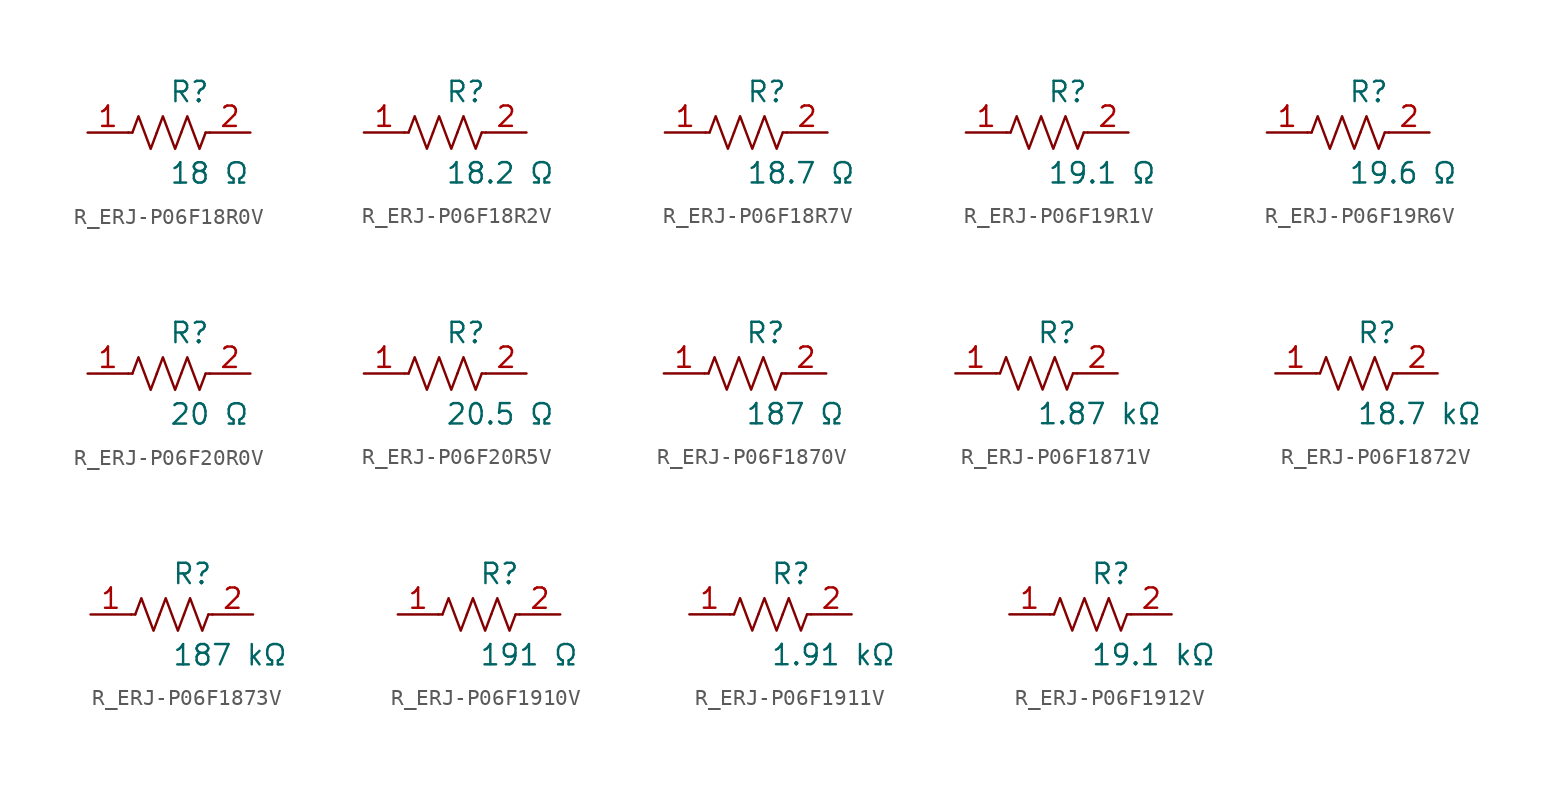
<source format=kicad_sym>
(kicad_symbol_lib
  (version 20231120)
  (generator kicad_symbol_editor)
  (generator_version 8.0)
  (symbol "R_ERJ-P06F18R0V"
    (pin_names
      (offset 0.254))
    (property "Reference" "R"
      (at 0 2.54 0)
      (effects (font (size 1.27 1.27)) (justify left)))
    (property "Value" "18 Ω"
      (at 0 -2.54 0)
      (effects (font (size 1.27 1.27)) (justify left)))
    (symbol "R_ERJ-P06F18R0V_0_1"
      (polyline (pts (xy 2.286 0) (xy 2.54 0)) (stroke (width 0) (type default)) (fill (type none)))
      (polyline (pts (xy -2.286 0) (xy -2.54 0)) (stroke (width 0) (type default)) (fill (type none)))
      (polyline (pts (xy 0.762 0) (xy 1.143 1.016) (xy 1.524 0) (xy 1.905 -1.016) (xy 2.286 0)) (stroke (width 0) (type default)) (fill (type none)))
      (polyline (pts (xy -0.762 0) (xy -0.381 1.016) (xy 0 0) (xy 0.381 -1.016) (xy 0.762 0)) (stroke (width 0) (type default)) (fill (type none)))
      (polyline (pts (xy -2.286 0) (xy -1.905 1.016) (xy -1.524 0) (xy -1.143 -1.016) (xy -0.762 0)) (stroke (width 0) (type default)) (fill (type none))))
    (pin passive line
      (at -5.08 0 0)
      (length 2.54)
      (name "" (effects (font (size 1.27 1.27))))
      (number "1" (effects (font (size 1.27 1.27)))))
    (pin passive line
      (at 5.08 0 180)
      (length 2.54)
      (name "" (effects (font (size 1.27 1.27))))
      (number "2" (effects (font (size 1.27 1.27))))))
  (symbol "R_ERJ-P06F18R2V"
    (pin_names
      (offset 0.254))
    (property "Reference" "R"
      (at 0 2.54 0)
      (effects (font (size 1.27 1.27)) (justify left)))
    (property "Value" "18.2 Ω"
      (at 0 -2.54 0)
      (effects (font (size 1.27 1.27)) (justify left)))
    (symbol "R_ERJ-P06F18R2V_0_1"
      (polyline (pts (xy 2.286 0) (xy 2.54 0)) (stroke (width 0) (type default)) (fill (type none)))
      (polyline (pts (xy -2.286 0) (xy -2.54 0)) (stroke (width 0) (type default)) (fill (type none)))
      (polyline (pts (xy 0.762 0) (xy 1.143 1.016) (xy 1.524 0) (xy 1.905 -1.016) (xy 2.286 0)) (stroke (width 0) (type default)) (fill (type none)))
      (polyline (pts (xy -0.762 0) (xy -0.381 1.016) (xy 0 0) (xy 0.381 -1.016) (xy 0.762 0)) (stroke (width 0) (type default)) (fill (type none)))
      (polyline (pts (xy -2.286 0) (xy -1.905 1.016) (xy -1.524 0) (xy -1.143 -1.016) (xy -0.762 0)) (stroke (width 0) (type default)) (fill (type none))))
    (pin passive line
      (at -5.08 0 0)
      (length 2.54)
      (name "" (effects (font (size 1.27 1.27))))
      (number "1" (effects (font (size 1.27 1.27)))))
    (pin passive line
      (at 5.08 0 180)
      (length 2.54)
      (name "" (effects (font (size 1.27 1.27))))
      (number "2" (effects (font (size 1.27 1.27))))))
  (symbol "R_ERJ-P06F18R7V"
    (pin_names
      (offset 0.254))
    (property "Reference" "R"
      (at 0 2.54 0)
      (effects (font (size 1.27 1.27)) (justify left)))
    (property "Value" "18.7 Ω"
      (at 0 -2.54 0)
      (effects (font (size 1.27 1.27)) (justify left)))
    (symbol "R_ERJ-P06F18R7V_0_1"
      (polyline (pts (xy 2.286 0) (xy 2.54 0)) (stroke (width 0) (type default)) (fill (type none)))
      (polyline (pts (xy -2.286 0) (xy -2.54 0)) (stroke (width 0) (type default)) (fill (type none)))
      (polyline (pts (xy 0.762 0) (xy 1.143 1.016) (xy 1.524 0) (xy 1.905 -1.016) (xy 2.286 0)) (stroke (width 0) (type default)) (fill (type none)))
      (polyline (pts (xy -0.762 0) (xy -0.381 1.016) (xy 0 0) (xy 0.381 -1.016) (xy 0.762 0)) (stroke (width 0) (type default)) (fill (type none)))
      (polyline (pts (xy -2.286 0) (xy -1.905 1.016) (xy -1.524 0) (xy -1.143 -1.016) (xy -0.762 0)) (stroke (width 0) (type default)) (fill (type none))))
    (pin passive line
      (at -5.08 0 0)
      (length 2.54)
      (name "" (effects (font (size 1.27 1.27))))
      (number "1" (effects (font (size 1.27 1.27)))))
    (pin passive line
      (at 5.08 0 180)
      (length 2.54)
      (name "" (effects (font (size 1.27 1.27))))
      (number "2" (effects (font (size 1.27 1.27))))))
  (symbol "R_ERJ-P06F19R1V"
    (pin_names
      (offset 0.254))
    (property "Reference" "R"
      (at 0 2.54 0)
      (effects (font (size 1.27 1.27)) (justify left)))
    (property "Value" "19.1 Ω"
      (at 0 -2.54 0)
      (effects (font (size 1.27 1.27)) (justify left)))
    (symbol "R_ERJ-P06F19R1V_0_1"
      (polyline (pts (xy 2.286 0) (xy 2.54 0)) (stroke (width 0) (type default)) (fill (type none)))
      (polyline (pts (xy -2.286 0) (xy -2.54 0)) (stroke (width 0) (type default)) (fill (type none)))
      (polyline (pts (xy 0.762 0) (xy 1.143 1.016) (xy 1.524 0) (xy 1.905 -1.016) (xy 2.286 0)) (stroke (width 0) (type default)) (fill (type none)))
      (polyline (pts (xy -0.762 0) (xy -0.381 1.016) (xy 0 0) (xy 0.381 -1.016) (xy 0.762 0)) (stroke (width 0) (type default)) (fill (type none)))
      (polyline (pts (xy -2.286 0) (xy -1.905 1.016) (xy -1.524 0) (xy -1.143 -1.016) (xy -0.762 0)) (stroke (width 0) (type default)) (fill (type none))))
    (pin passive line
      (at -5.08 0 0)
      (length 2.54)
      (name "" (effects (font (size 1.27 1.27))))
      (number "1" (effects (font (size 1.27 1.27)))))
    (pin passive line
      (at 5.08 0 180)
      (length 2.54)
      (name "" (effects (font (size 1.27 1.27))))
      (number "2" (effects (font (size 1.27 1.27))))))
  (symbol "R_ERJ-P06F19R6V"
    (pin_names
      (offset 0.254))
    (property "Reference" "R"
      (at 0 2.54 0)
      (effects (font (size 1.27 1.27)) (justify left)))
    (property "Value" "19.6 Ω"
      (at 0 -2.54 0)
      (effects (font (size 1.27 1.27)) (justify left)))
    (symbol "R_ERJ-P06F19R6V_0_1"
      (polyline (pts (xy 2.286 0) (xy 2.54 0)) (stroke (width 0) (type default)) (fill (type none)))
      (polyline (pts (xy -2.286 0) (xy -2.54 0)) (stroke (width 0) (type default)) (fill (type none)))
      (polyline (pts (xy 0.762 0) (xy 1.143 1.016) (xy 1.524 0) (xy 1.905 -1.016) (xy 2.286 0)) (stroke (width 0) (type default)) (fill (type none)))
      (polyline (pts (xy -0.762 0) (xy -0.381 1.016) (xy 0 0) (xy 0.381 -1.016) (xy 0.762 0)) (stroke (width 0) (type default)) (fill (type none)))
      (polyline (pts (xy -2.286 0) (xy -1.905 1.016) (xy -1.524 0) (xy -1.143 -1.016) (xy -0.762 0)) (stroke (width 0) (type default)) (fill (type none))))
    (pin passive line
      (at -5.08 0 0)
      (length 2.54)
      (name "" (effects (font (size 1.27 1.27))))
      (number "1" (effects (font (size 1.27 1.27)))))
    (pin passive line
      (at 5.08 0 180)
      (length 2.54)
      (name "" (effects (font (size 1.27 1.27))))
      (number "2" (effects (font (size 1.27 1.27))))))
  (symbol "R_ERJ-P06F20R0V"
    (pin_names
      (offset 0.254))
    (property "Reference" "R"
      (at 0 2.54 0)
      (effects (font (size 1.27 1.27)) (justify left)))
    (property "Value" "20 Ω"
      (at 0 -2.54 0)
      (effects (font (size 1.27 1.27)) (justify left)))
    (symbol "R_ERJ-P06F20R0V_0_1"
      (polyline (pts (xy 2.286 0) (xy 2.54 0)) (stroke (width 0) (type default)) (fill (type none)))
      (polyline (pts (xy -2.286 0) (xy -2.54 0)) (stroke (width 0) (type default)) (fill (type none)))
      (polyline (pts (xy 0.762 0) (xy 1.143 1.016) (xy 1.524 0) (xy 1.905 -1.016) (xy 2.286 0)) (stroke (width 0) (type default)) (fill (type none)))
      (polyline (pts (xy -0.762 0) (xy -0.381 1.016) (xy 0 0) (xy 0.381 -1.016) (xy 0.762 0)) (stroke (width 0) (type default)) (fill (type none)))
      (polyline (pts (xy -2.286 0) (xy -1.905 1.016) (xy -1.524 0) (xy -1.143 -1.016) (xy -0.762 0)) (stroke (width 0) (type default)) (fill (type none))))
    (pin passive line
      (at -5.08 0 0)
      (length 2.54)
      (name "" (effects (font (size 1.27 1.27))))
      (number "1" (effects (font (size 1.27 1.27)))))
    (pin passive line
      (at 5.08 0 180)
      (length 2.54)
      (name "" (effects (font (size 1.27 1.27))))
      (number "2" (effects (font (size 1.27 1.27))))))
  (symbol "R_ERJ-P06F20R5V"
    (pin_names
      (offset 0.254))
    (property "Reference" "R"
      (at 0 2.54 0)
      (effects (font (size 1.27 1.27)) (justify left)))
    (property "Value" "20.5 Ω"
      (at 0 -2.54 0)
      (effects (font (size 1.27 1.27)) (justify left)))
    (symbol "R_ERJ-P06F20R5V_0_1"
      (polyline (pts (xy 2.286 0) (xy 2.54 0)) (stroke (width 0) (type default)) (fill (type none)))
      (polyline (pts (xy -2.286 0) (xy -2.54 0)) (stroke (width 0) (type default)) (fill (type none)))
      (polyline (pts (xy 0.762 0) (xy 1.143 1.016) (xy 1.524 0) (xy 1.905 -1.016) (xy 2.286 0)) (stroke (width 0) (type default)) (fill (type none)))
      (polyline (pts (xy -0.762 0) (xy -0.381 1.016) (xy 0 0) (xy 0.381 -1.016) (xy 0.762 0)) (stroke (width 0) (type default)) (fill (type none)))
      (polyline (pts (xy -2.286 0) (xy -1.905 1.016) (xy -1.524 0) (xy -1.143 -1.016) (xy -0.762 0)) (stroke (width 0) (type default)) (fill (type none))))
    (pin passive line
      (at -5.08 0 0)
      (length 2.54)
      (name "" (effects (font (size 1.27 1.27))))
      (number "1" (effects (font (size 1.27 1.27)))))
    (pin passive line
      (at 5.08 0 180)
      (length 2.54)
      (name "" (effects (font (size 1.27 1.27))))
      (number "2" (effects (font (size 1.27 1.27))))))
  (symbol "R_ERJ-P06F1870V"
    (pin_names
      (offset 0.254))
    (property "Reference" "R"
      (at 0 2.54 0)
      (effects (font (size 1.27 1.27)) (justify left)))
    (property "Value" "187 Ω"
      (at 0 -2.54 0)
      (effects (font (size 1.27 1.27)) (justify left)))
    (symbol "R_ERJ-P06F1870V_0_1"
      (polyline (pts (xy 2.286 0) (xy 2.54 0)) (stroke (width 0) (type default)) (fill (type none)))
      (polyline (pts (xy -2.286 0) (xy -2.54 0)) (stroke (width 0) (type default)) (fill (type none)))
      (polyline (pts (xy 0.762 0) (xy 1.143 1.016) (xy 1.524 0) (xy 1.905 -1.016) (xy 2.286 0)) (stroke (width 0) (type default)) (fill (type none)))
      (polyline (pts (xy -0.762 0) (xy -0.381 1.016) (xy 0 0) (xy 0.381 -1.016) (xy 0.762 0)) (stroke (width 0) (type default)) (fill (type none)))
      (polyline (pts (xy -2.286 0) (xy -1.905 1.016) (xy -1.524 0) (xy -1.143 -1.016) (xy -0.762 0)) (stroke (width 0) (type default)) (fill (type none))))
    (pin passive line
      (at -5.08 0 0)
      (length 2.54)
      (name "" (effects (font (size 1.27 1.27))))
      (number "1" (effects (font (size 1.27 1.27)))))
    (pin passive line
      (at 5.08 0 180)
      (length 2.54)
      (name "" (effects (font (size 1.27 1.27))))
      (number "2" (effects (font (size 1.27 1.27))))))
  (symbol "R_ERJ-P06F1871V"
    (pin_names
      (offset 0.254))
    (property "Reference" "R"
      (at 0 2.54 0)
      (effects (font (size 1.27 1.27)) (justify left)))
    (property "Value" "1.87 kΩ"
      (at 0 -2.54 0)
      (effects (font (size 1.27 1.27)) (justify left)))
    (symbol "R_ERJ-P06F1871V_0_1"
      (polyline (pts (xy 2.286 0) (xy 2.54 0)) (stroke (width 0) (type default)) (fill (type none)))
      (polyline (pts (xy -2.286 0) (xy -2.54 0)) (stroke (width 0) (type default)) (fill (type none)))
      (polyline (pts (xy 0.762 0) (xy 1.143 1.016) (xy 1.524 0) (xy 1.905 -1.016) (xy 2.286 0)) (stroke (width 0) (type default)) (fill (type none)))
      (polyline (pts (xy -0.762 0) (xy -0.381 1.016) (xy 0 0) (xy 0.381 -1.016) (xy 0.762 0)) (stroke (width 0) (type default)) (fill (type none)))
      (polyline (pts (xy -2.286 0) (xy -1.905 1.016) (xy -1.524 0) (xy -1.143 -1.016) (xy -0.762 0)) (stroke (width 0) (type default)) (fill (type none))))
    (pin passive line
      (at -5.08 0 0)
      (length 2.54)
      (name "" (effects (font (size 1.27 1.27))))
      (number "1" (effects (font (size 1.27 1.27)))))
    (pin passive line
      (at 5.08 0 180)
      (length 2.54)
      (name "" (effects (font (size 1.27 1.27))))
      (number "2" (effects (font (size 1.27 1.27))))))
  (symbol "R_ERJ-P06F1872V"
    (pin_names
      (offset 0.254))
    (property "Reference" "R"
      (at 0 2.54 0)
      (effects (font (size 1.27 1.27)) (justify left)))
    (property "Value" "18.7 kΩ"
      (at 0 -2.54 0)
      (effects (font (size 1.27 1.27)) (justify left)))
    (symbol "R_ERJ-P06F1872V_0_1"
      (polyline (pts (xy 2.286 0) (xy 2.54 0)) (stroke (width 0) (type default)) (fill (type none)))
      (polyline (pts (xy -2.286 0) (xy -2.54 0)) (stroke (width 0) (type default)) (fill (type none)))
      (polyline (pts (xy 0.762 0) (xy 1.143 1.016) (xy 1.524 0) (xy 1.905 -1.016) (xy 2.286 0)) (stroke (width 0) (type default)) (fill (type none)))
      (polyline (pts (xy -0.762 0) (xy -0.381 1.016) (xy 0 0) (xy 0.381 -1.016) (xy 0.762 0)) (stroke (width 0) (type default)) (fill (type none)))
      (polyline (pts (xy -2.286 0) (xy -1.905 1.016) (xy -1.524 0) (xy -1.143 -1.016) (xy -0.762 0)) (stroke (width 0) (type default)) (fill (type none))))
    (pin passive line
      (at -5.08 0 0)
      (length 2.54)
      (name "" (effects (font (size 1.27 1.27))))
      (number "1" (effects (font (size 1.27 1.27)))))
    (pin passive line
      (at 5.08 0 180)
      (length 2.54)
      (name "" (effects (font (size 1.27 1.27))))
      (number "2" (effects (font (size 1.27 1.27))))))
  (symbol "R_ERJ-P06F1873V"
    (pin_names
      (offset 0.254))
    (property "Reference" "R"
      (at 0 2.54 0)
      (effects (font (size 1.27 1.27)) (justify left)))
    (property "Value" "187 kΩ"
      (at 0 -2.54 0)
      (effects (font (size 1.27 1.27)) (justify left)))
    (symbol "R_ERJ-P06F1873V_0_1"
      (polyline (pts (xy 2.286 0) (xy 2.54 0)) (stroke (width 0) (type default)) (fill (type none)))
      (polyline (pts (xy -2.286 0) (xy -2.54 0)) (stroke (width 0) (type default)) (fill (type none)))
      (polyline (pts (xy 0.762 0) (xy 1.143 1.016) (xy 1.524 0) (xy 1.905 -1.016) (xy 2.286 0)) (stroke (width 0) (type default)) (fill (type none)))
      (polyline (pts (xy -0.762 0) (xy -0.381 1.016) (xy 0 0) (xy 0.381 -1.016) (xy 0.762 0)) (stroke (width 0) (type default)) (fill (type none)))
      (polyline (pts (xy -2.286 0) (xy -1.905 1.016) (xy -1.524 0) (xy -1.143 -1.016) (xy -0.762 0)) (stroke (width 0) (type default)) (fill (type none))))
    (pin passive line
      (at -5.08 0 0)
      (length 2.54)
      (name "" (effects (font (size 1.27 1.27))))
      (number "1" (effects (font (size 1.27 1.27)))))
    (pin passive line
      (at 5.08 0 180)
      (length 2.54)
      (name "" (effects (font (size 1.27 1.27))))
      (number "2" (effects (font (size 1.27 1.27))))))
  (symbol "R_ERJ-P06F1910V"
    (pin_names
      (offset 0.254))
    (property "Reference" "R"
      (at 0 2.54 0)
      (effects (font (size 1.27 1.27)) (justify left)))
    (property "Value" "191 Ω"
      (at 0 -2.54 0)
      (effects (font (size 1.27 1.27)) (justify left)))
    (symbol "R_ERJ-P06F1910V_0_1"
      (polyline (pts (xy 2.286 0) (xy 2.54 0)) (stroke (width 0) (type default)) (fill (type none)))
      (polyline (pts (xy -2.286 0) (xy -2.54 0)) (stroke (width 0) (type default)) (fill (type none)))
      (polyline (pts (xy 0.762 0) (xy 1.143 1.016) (xy 1.524 0) (xy 1.905 -1.016) (xy 2.286 0)) (stroke (width 0) (type default)) (fill (type none)))
      (polyline (pts (xy -0.762 0) (xy -0.381 1.016) (xy 0 0) (xy 0.381 -1.016) (xy 0.762 0)) (stroke (width 0) (type default)) (fill (type none)))
      (polyline (pts (xy -2.286 0) (xy -1.905 1.016) (xy -1.524 0) (xy -1.143 -1.016) (xy -0.762 0)) (stroke (width 0) (type default)) (fill (type none))))
    (pin passive line
      (at -5.08 0 0)
      (length 2.54)
      (name "" (effects (font (size 1.27 1.27))))
      (number "1" (effects (font (size 1.27 1.27)))))
    (pin passive line
      (at 5.08 0 180)
      (length 2.54)
      (name "" (effects (font (size 1.27 1.27))))
      (number "2" (effects (font (size 1.27 1.27))))))
  (symbol "R_ERJ-P06F1911V"
    (pin_names
      (offset 0.254))
    (property "Reference" "R"
      (at 0 2.54 0)
      (effects (font (size 1.27 1.27)) (justify left)))
    (property "Value" "1.91 kΩ"
      (at 0 -2.54 0)
      (effects (font (size 1.27 1.27)) (justify left)))
    (symbol "R_ERJ-P06F1911V_0_1"
      (polyline (pts (xy 2.286 0) (xy 2.54 0)) (stroke (width 0) (type default)) (fill (type none)))
      (polyline (pts (xy -2.286 0) (xy -2.54 0)) (stroke (width 0) (type default)) (fill (type none)))
      (polyline (pts (xy 0.762 0) (xy 1.143 1.016) (xy 1.524 0) (xy 1.905 -1.016) (xy 2.286 0)) (stroke (width 0) (type default)) (fill (type none)))
      (polyline (pts (xy -0.762 0) (xy -0.381 1.016) (xy 0 0) (xy 0.381 -1.016) (xy 0.762 0)) (stroke (width 0) (type default)) (fill (type none)))
      (polyline (pts (xy -2.286 0) (xy -1.905 1.016) (xy -1.524 0) (xy -1.143 -1.016) (xy -0.762 0)) (stroke (width 0) (type default)) (fill (type none))))
    (pin passive line
      (at -5.08 0 0)
      (length 2.54)
      (name "" (effects (font (size 1.27 1.27))))
      (number "1" (effects (font (size 1.27 1.27)))))
    (pin passive line
      (at 5.08 0 180)
      (length 2.54)
      (name "" (effects (font (size 1.27 1.27))))
      (number "2" (effects (font (size 1.27 1.27))))))
  (symbol "R_ERJ-P06F1912V"
    (pin_names
      (offset 0.254))
    (property "Reference" "R"
      (at 0 2.54 0)
      (effects (font (size 1.27 1.27)) (justify left)))
    (property "Value" "19.1 kΩ"
      (at 0 -2.54 0)
      (effects (font (size 1.27 1.27)) (justify left)))
    (symbol "R_ERJ-P06F1912V_0_1"
      (polyline (pts (xy 2.286 0) (xy 2.54 0)) (stroke (width 0) (type default)) (fill (type none)))
      (polyline (pts (xy -2.286 0) (xy -2.54 0)) (stroke (width 0) (type default)) (fill (type none)))
      (polyline (pts (xy 0.762 0) (xy 1.143 1.016) (xy 1.524 0) (xy 1.905 -1.016) (xy 2.286 0)) (stroke (width 0) (type default)) (fill (type none)))
      (polyline (pts (xy -0.762 0) (xy -0.381 1.016) (xy 0 0) (xy 0.381 -1.016) (xy 0.762 0)) (stroke (width 0) (type default)) (fill (type none)))
      (polyline (pts (xy -2.286 0) (xy -1.905 1.016) (xy -1.524 0) (xy -1.143 -1.016) (xy -0.762 0)) (stroke (width 0) (type default)) (fill (type none))))
    (pin passive line
      (at -5.08 0 0)
      (length 2.54)
      (name "" (effects (font (size 1.27 1.27))))
      (number "1" (effects (font (size 1.27 1.27)))))
    (pin passive line
      (at 5.08 0 180)
      (length 2.54)
      (name "" (effects (font (size 1.27 1.27))))
      (number "2" (effects (font (size 1.27 1.27)))))))
</source>
